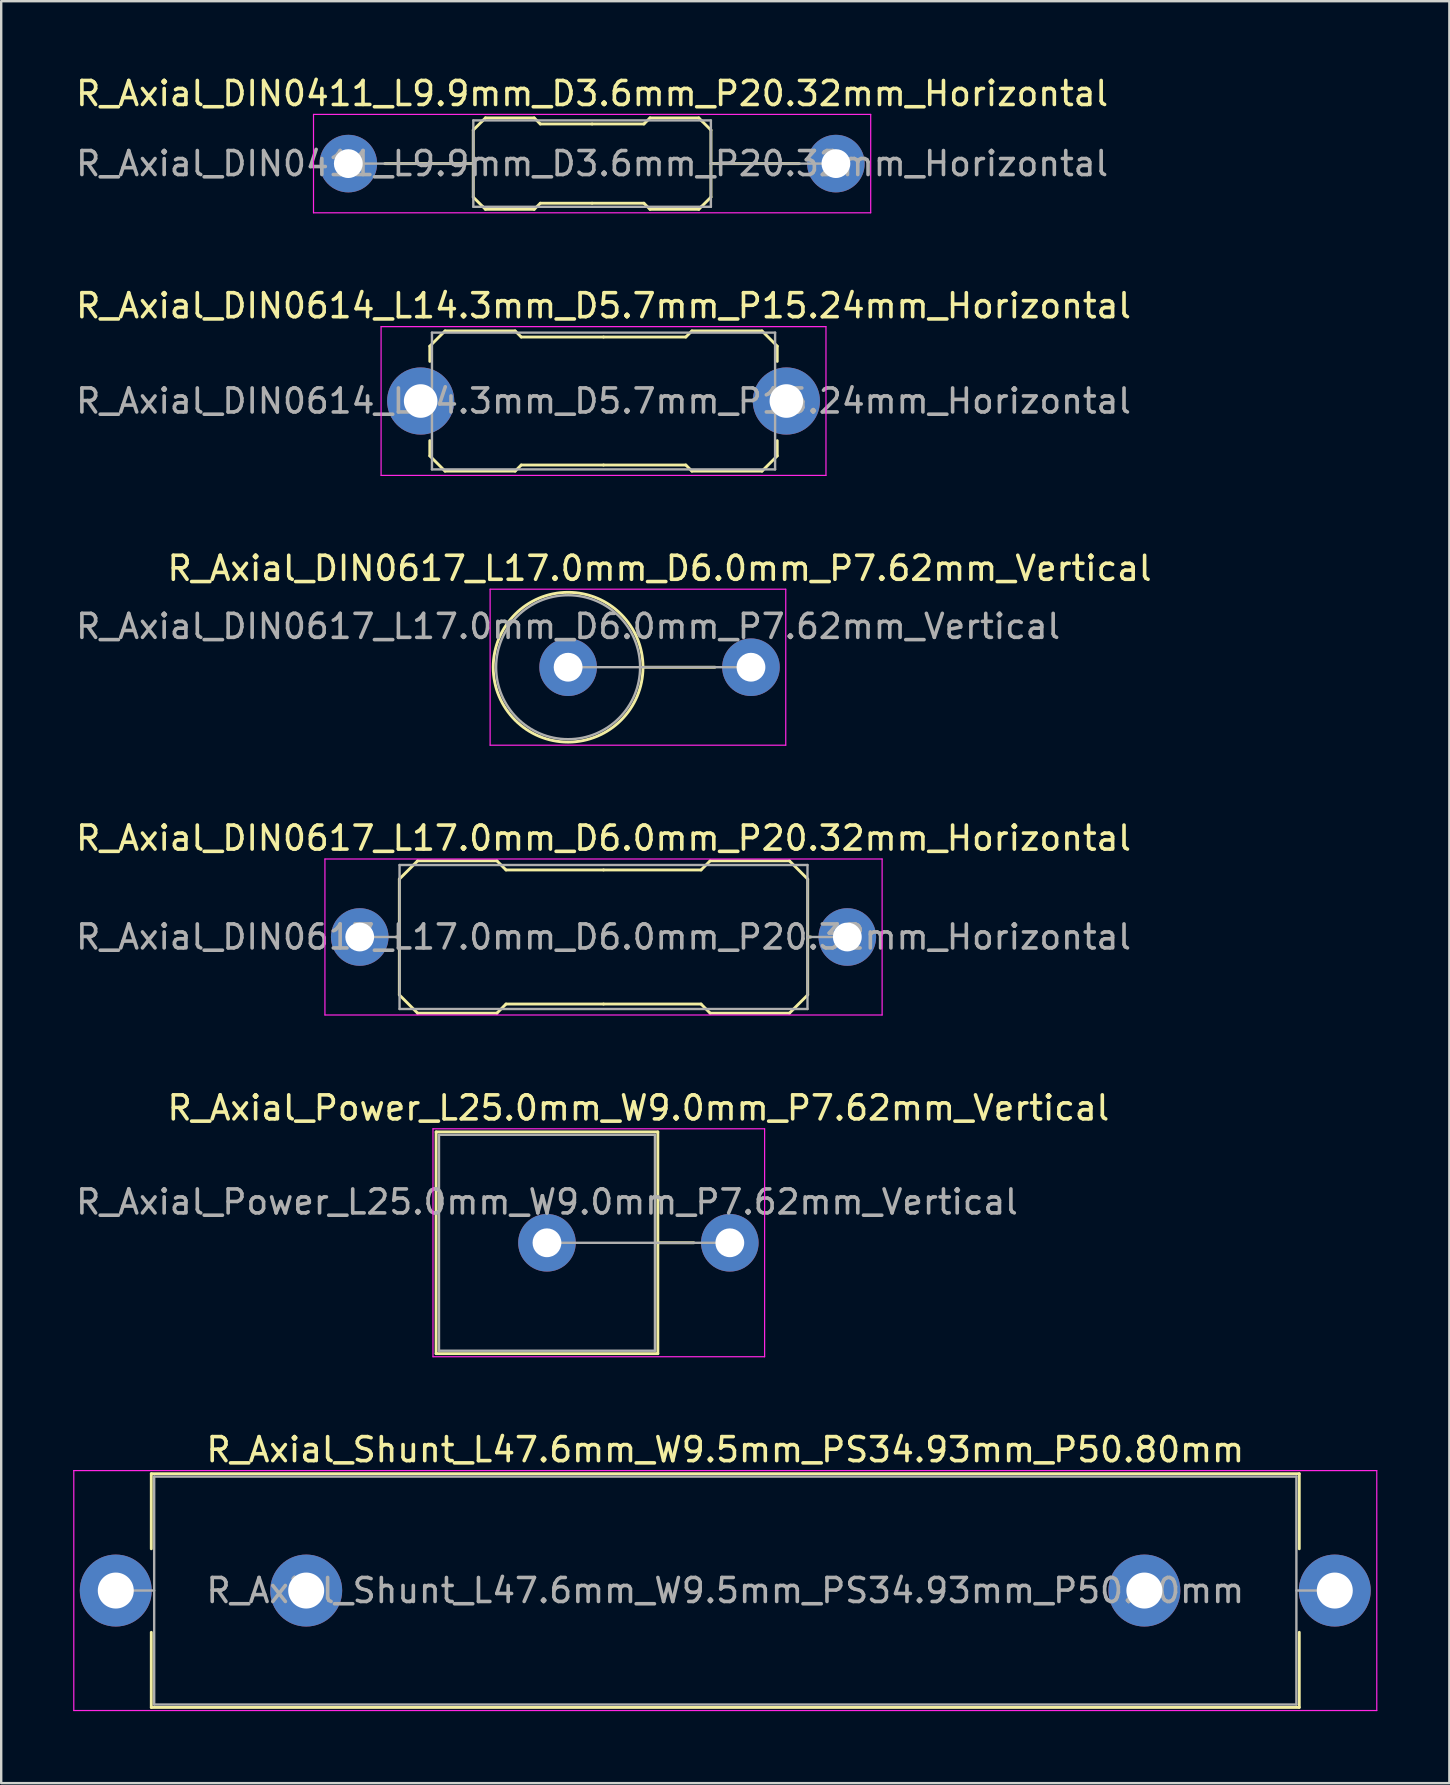
<source format=kicad_pcb>
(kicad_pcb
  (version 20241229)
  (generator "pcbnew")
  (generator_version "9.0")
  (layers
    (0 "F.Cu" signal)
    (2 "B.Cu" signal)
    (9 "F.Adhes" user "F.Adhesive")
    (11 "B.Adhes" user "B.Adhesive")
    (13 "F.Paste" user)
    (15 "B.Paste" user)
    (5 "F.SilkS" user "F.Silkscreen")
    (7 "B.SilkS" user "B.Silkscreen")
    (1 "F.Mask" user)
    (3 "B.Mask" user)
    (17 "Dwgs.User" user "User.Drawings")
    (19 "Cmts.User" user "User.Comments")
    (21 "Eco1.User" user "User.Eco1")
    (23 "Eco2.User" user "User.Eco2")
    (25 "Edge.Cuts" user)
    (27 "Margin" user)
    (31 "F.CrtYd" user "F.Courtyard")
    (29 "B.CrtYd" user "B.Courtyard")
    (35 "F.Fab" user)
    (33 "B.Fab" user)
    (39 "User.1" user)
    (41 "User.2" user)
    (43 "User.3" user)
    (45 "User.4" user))
  (footprint "R_Axial_Shunt_L47.6mm_W9.5mm_PS34.93mm_P50.80mm"
    (layer "F.Cu")
    (at 1.775 63.234)
    (property "Reference" "R_Axial_Shunt_L47.6mm_W9.5mm_PS34.93mm_P50.80mm" (at 25.4 -5.87 0) (layer "F.SilkS") (effects (font (size 1 1) (thickness 0.15))))
    (attr through_hole)
    (fp_line (start 1.48 -4.87) (end 49.32 -4.87) (stroke (width 0.12) (type solid)) (layer "F.SilkS"))
    (fp_line (start 1.48 -1.74) (end 1.48 -4.87) (stroke (width 0.12) (type solid)) (layer "F.SilkS"))
    (fp_line (start 1.48 1.74) (end 1.48 4.87) (stroke (width 0.12) (type solid)) (layer "F.SilkS"))
    (fp_line (start 1.48 4.87) (end 49.32 4.87) (stroke (width 0.12) (type solid)) (layer "F.SilkS"))
    (fp_line (start 49.32 -4.87) (end 49.32 -1.74) (stroke (width 0.12) (type solid)) (layer "F.SilkS"))
    (fp_line (start 49.32 4.87) (end 49.32 1.74) (stroke (width 0.12) (type solid)) (layer "F.SilkS"))
    (fp_line (start -1.75 -5) (end -1.75 5) (stroke (width 0.05) (type solid)) (layer "F.CrtYd"))
    (fp_line (start -1.75 5) (end 52.55 5) (stroke (width 0.05) (type solid)) (layer "F.CrtYd"))
    (fp_line (start 52.55 -5) (end -1.75 -5) (stroke (width 0.05) (type solid)) (layer "F.CrtYd"))
    (fp_line (start 52.55 5) (end 52.55 -5) (stroke (width 0.05) (type solid)) (layer "F.CrtYd"))
    (fp_line (start 0 0) (end 1.6 0) (stroke (width 0.1) (type solid)) (layer "F.Fab"))
    (fp_line (start 1.6 -4.75) (end 1.6 4.75) (stroke (width 0.1) (type solid)) (layer "F.Fab"))
    (fp_line (start 1.6 4.75) (end 49.2 4.75) (stroke (width 0.1) (type solid)) (layer "F.Fab"))
    (fp_line (start 49.2 -4.75) (end 1.6 -4.75) (stroke (width 0.1) (type solid)) (layer "F.Fab"))
    (fp_line (start 49.2 4.75) (end 49.2 -4.75) (stroke (width 0.1) (type solid)) (layer "F.Fab"))
    (fp_line (start 50.8 0) (end 49.2 0) (stroke (width 0.1) (type solid)) (layer "F.Fab"))
    (fp_text user "${REFERENCE}" (at 25.4 0 0) (layer "F.Fab") (effects (font (size 1 1) (thickness 0.15))))
    (pad "1" thru_hole circle (at 0 0) (size 3 3) (drill 1.5) (layers "*.Cu" "*.Mask"))
    (pad "2" thru_hole oval (at 7.935 0) (size 3 3) (drill 1.5) (layers "*.Cu" "*.Mask"))
    (pad "3" thru_hole oval (at 42.865 0) (size 3 3) (drill 1.5) (layers "*.Cu" "*.Mask"))
    (pad "4" thru_hole oval (at 50.8 0) (size 3 3) (drill 1.5) (layers "*.Cu" "*.Mask")))
  (footprint "R_Axial_DIN0617_L17.0mm_D6.0mm_P7.62mm_Vertical"
    (layer "F.Cu")
    (at 20.625 24.755)
    (property "Reference" "R_Axial_DIN0617_L17.0mm_D6.0mm_P7.62mm_Vertical" (at 3.81 -4.12 0) (layer "F.SilkS") (effects (font (size 1 1) (thickness 0.15))))
    (attr through_hole)
    (fp_line (start 3.12 0) (end 6.12 0) (stroke (width 0.12) (type solid)) (layer "F.SilkS"))
    (fp_circle (center 0 0) (end 3.12 0) (stroke (width 0.12) (type solid)) (fill no) (layer "F.SilkS"))
    (fp_line (start -3.25 -3.25) (end -3.25 3.25) (stroke (width 0.05) (type solid)) (layer "F.CrtYd"))
    (fp_line (start -3.25 3.25) (end 9.07 3.25) (stroke (width 0.05) (type solid)) (layer "F.CrtYd"))
    (fp_line (start 9.07 -3.25) (end -3.25 -3.25) (stroke (width 0.05) (type solid)) (layer "F.CrtYd"))
    (fp_line (start 9.07 3.25) (end 9.07 -3.25) (stroke (width 0.05) (type solid)) (layer "F.CrtYd"))
    (fp_line (start 0 0) (end 7.62 0) (stroke (width 0.1) (type solid)) (layer "F.Fab"))
    (fp_circle (center 0 0) (end 3 0) (stroke (width 0.1) (type solid)) (fill no) (layer "F.Fab"))
    (fp_text user "${REFERENCE}" (at 0 -1.7 0) (layer "F.Fab") (effects (font (size 1 1) (thickness 0.15))))
    (pad "1" thru_hole circle (at 0 0) (size 2.4 2.4) (drill 1.2) (layers "*.Cu" "*.Mask"))
    (pad "2" thru_hole oval (at 7.62 0) (size 2.4 2.4) (drill 1.2) (layers "*.Cu" "*.Mask")))
  (footprint "R_Axial_Power_L25.0mm_W9.0mm_P7.62mm_Vertical"
    (layer "F.Cu")
    (at 19.744 48.741)
    (property "Reference" "R_Axial_Power_L25.0mm_W9.0mm_P7.62mm_Vertical" (at 3.81 -5.62 0) (layer "F.SilkS") (effects (font (size 1 1) (thickness 0.15))))
    (attr through_hole)
    (fp_line (start -4.62 -4.62) (end -4.62 4.62) (stroke (width 0.12) (type solid)) (layer "F.SilkS"))
    (fp_line (start -4.62 4.62) (end 4.62 4.62) (stroke (width 0.12) (type solid)) (layer "F.SilkS"))
    (fp_line (start 4.62 -4.62) (end -4.62 -4.62) (stroke (width 0.12) (type solid)) (layer "F.SilkS"))
    (fp_line (start 4.62 0) (end 6.12 0) (stroke (width 0.12) (type solid)) (layer "F.SilkS"))
    (fp_line (start 4.62 4.62) (end 4.62 -4.62) (stroke (width 0.12) (type solid)) (layer "F.SilkS"))
    (fp_line (start -4.75 -4.75) (end -4.75 4.75) (stroke (width 0.05) (type solid)) (layer "F.CrtYd"))
    (fp_line (start -4.75 4.75) (end 9.07 4.75) (stroke (width 0.05) (type solid)) (layer "F.CrtYd"))
    (fp_line (start 9.07 -4.75) (end -4.75 -4.75) (stroke (width 0.05) (type solid)) (layer "F.CrtYd"))
    (fp_line (start 9.07 4.75) (end 9.07 -4.75) (stroke (width 0.05) (type solid)) (layer "F.CrtYd"))
    (fp_line (start -4.5 -4.5) (end -4.5 4.5) (stroke (width 0.1) (type solid)) (layer "F.Fab"))
    (fp_line (start -4.5 4.5) (end 4.5 4.5) (stroke (width 0.1) (type solid)) (layer "F.Fab"))
    (fp_line (start 0 0) (end 7.62 0) (stroke (width 0.1) (type solid)) (layer "F.Fab"))
    (fp_line (start 4.5 -4.5) (end -4.5 -4.5) (stroke (width 0.1) (type solid)) (layer "F.Fab"))
    (fp_line (start 4.5 4.5) (end 4.5 -4.5) (stroke (width 0.1) (type solid)) (layer "F.Fab"))
    (fp_text user "${REFERENCE}" (at 0 -1.7 0) (layer "F.Fab") (effects (font (size 1 1) (thickness 0.15))))
    (pad "1" thru_hole circle (at 0 0) (size 2.4 2.4) (drill 1.2) (layers "*.Cu" "*.Mask"))
    (pad "2" thru_hole oval (at 7.62 0) (size 2.4 2.4) (drill 1.2) (layers "*.Cu" "*.Mask")))
  (footprint "R_Axial_DIN0614_L14.3mm_D5.7mm_P15.24mm_Horizontal"
    (layer "F.Cu")
    (at 14.481 13.662)
    (property "Reference" "R_Axial_DIN0614_L14.3mm_D5.7mm_P15.24mm_Horizontal" (at 7.62 -3.97 0) (layer "F.SilkS") (effects (font (size 1 1) (thickness 0.15))))
    (attr through_hole)
    (fp_line (start 0.381 -2.286) (end 0.381 -1.651) (stroke (width 0.12) (type solid)) (layer "F.SilkS"))
    (fp_line (start 0.381 -2.286) (end 1.016 -2.921) (stroke (width 0.12) (type solid)) (layer "F.SilkS"))
    (fp_line (start 0.381 2.286) (end 0.381 1.651) (stroke (width 0.12) (type solid)) (layer "F.SilkS"))
    (fp_line (start 0.381 2.286) (end 1.016 2.921) (stroke (width 0.12) (type solid)) (layer "F.SilkS"))
    (fp_line (start 1.016 -2.921) (end 3.937 -2.921) (stroke (width 0.12) (type solid)) (layer "F.SilkS"))
    (fp_line (start 1.016 2.921) (end 3.937 2.921) (stroke (width 0.12) (type solid)) (layer "F.SilkS"))
    (fp_line (start 3.937 -2.921) (end 4.191 -2.667) (stroke (width 0.12) (type solid)) (layer "F.SilkS"))
    (fp_line (start 3.937 2.921) (end 4.191 2.667) (stroke (width 0.12) (type solid)) (layer "F.SilkS"))
    (fp_line (start 4.191 -2.667) (end 7.62 -2.667) (stroke (width 0.12) (type solid)) (layer "F.SilkS"))
    (fp_line (start 4.191 2.667) (end 7.62 2.667) (stroke (width 0.12) (type solid)) (layer "F.SilkS"))
    (fp_line (start 11.049 -2.667) (end 7.62 -2.667) (stroke (width 0.12) (type solid)) (layer "F.SilkS"))
    (fp_line (start 11.049 2.667) (end 7.62 2.667) (stroke (width 0.12) (type solid)) (layer "F.SilkS"))
    (fp_line (start 11.303 -2.921) (end 11.049 -2.667) (stroke (width 0.12) (type solid)) (layer "F.SilkS"))
    (fp_line (start 11.303 2.921) (end 11.049 2.667) (stroke (width 0.12) (type solid)) (layer "F.SilkS"))
    (fp_line (start 14.224 -2.921) (end 11.303 -2.921) (stroke (width 0.12) (type solid)) (layer "F.SilkS"))
    (fp_line (start 14.224 2.921) (end 11.303 2.921) (stroke (width 0.12) (type solid)) (layer "F.SilkS"))
    (fp_line (start 14.859 -2.286) (end 14.224 -2.921) (stroke (width 0.12) (type solid)) (layer "F.SilkS"))
    (fp_line (start 14.859 -2.286) (end 14.859 -1.651) (stroke (width 0.12) (type solid)) (layer "F.SilkS"))
    (fp_line (start 14.859 2.286) (end 14.224 2.921) (stroke (width 0.12) (type solid)) (layer "F.SilkS"))
    (fp_line (start 14.859 2.286) (end 14.859 1.651) (stroke (width 0.12) (type solid)) (layer "F.SilkS"))
    (fp_line (start -1.65 -3.1) (end -1.65 3.1) (stroke (width 0.05) (type solid)) (layer "F.CrtYd"))
    (fp_line (start -1.65 3.1) (end 16.89 3.1) (stroke (width 0.05) (type solid)) (layer "F.CrtYd"))
    (fp_line (start 16.89 -3.1) (end -1.65 -3.1) (stroke (width 0.05) (type solid)) (layer "F.CrtYd"))
    (fp_line (start 16.89 3.1) (end 16.89 -3.1) (stroke (width 0.05) (type solid)) (layer "F.CrtYd"))
    (fp_line (start 0 0) (end 0.47 0) (stroke (width 0.1) (type solid)) (layer "F.Fab"))
    (fp_line (start 0.47 -2.85) (end 0.47 2.85) (stroke (width 0.1) (type solid)) (layer "F.Fab"))
    (fp_line (start 0.47 2.85) (end 14.77 2.85) (stroke (width 0.1) (type solid)) (layer "F.Fab"))
    (fp_line (start 14.77 -2.85) (end 0.47 -2.85) (stroke (width 0.1) (type solid)) (layer "F.Fab"))
    (fp_line (start 14.77 2.85) (end 14.77 -2.85) (stroke (width 0.1) (type solid)) (layer "F.Fab"))
    (fp_line (start 15.24 0) (end 14.77 0) (stroke (width 0.1) (type solid)) (layer "F.Fab"))
    (fp_text user "${REFERENCE}" (at 7.62 0 0) (layer "F.Fab") (effects (font (size 1 1) (thickness 0.15))))
    (pad "1" thru_hole circle (at 0 0) (size 2.8 2.8) (drill 1.4) (layers "*.Cu" "*.Mask"))
    (pad "2" thru_hole oval (at 15.24 0) (size 2.8 2.8) (drill 1.4) (layers "*.Cu" "*.Mask")))
  (footprint "R_Axial_DIN0411_L9.9mm_D3.6mm_P20.32mm_Horizontal"
    (layer "F.Cu")
    (at 11.465 3.768)
    (property "Reference" "R_Axial_DIN0411_L9.9mm_D3.6mm_P20.32mm_Horizontal" (at 10.16 -2.92 0) (layer "F.SilkS") (effects (font (size 1 1) (thickness 0.15))))
    (attr through_hole)
    (fp_line (start 5.207 -1.397) (end 5.588 -1.778) (stroke (width 0.12) (type solid)) (layer "F.SilkS"))
    (fp_line (start 5.207 0) (end 1.524 0) (stroke (width 0.12) (type solid)) (layer "F.SilkS"))
    (fp_line (start 5.207 1.397) (end 5.207 -1.397) (stroke (width 0.12) (type solid)) (layer "F.SilkS"))
    (fp_line (start 5.207 1.397) (end 5.588 1.778) (stroke (width 0.12) (type solid)) (layer "F.SilkS"))
    (fp_line (start 5.588 -1.778) (end 5.715 -1.905) (stroke (width 0.12) (type solid)) (layer "F.SilkS"))
    (fp_line (start 5.588 1.778) (end 5.715 1.905) (stroke (width 0.12) (type solid)) (layer "F.SilkS"))
    (fp_line (start 5.715 -1.905) (end 7.747 -1.905) (stroke (width 0.12) (type solid)) (layer "F.SilkS"))
    (fp_line (start 5.715 1.905) (end 7.747 1.905) (stroke (width 0.12) (type solid)) (layer "F.SilkS"))
    (fp_line (start 7.747 -1.905) (end 8.001 -1.651) (stroke (width 0.12) (type solid)) (layer "F.SilkS"))
    (fp_line (start 7.747 1.905) (end 8.001 1.651) (stroke (width 0.12) (type solid)) (layer "F.SilkS"))
    (fp_line (start 8.001 -1.651) (end 10.16 -1.651) (stroke (width 0.12) (type solid)) (layer "F.SilkS"))
    (fp_line (start 8.001 1.651) (end 10.16 1.651) (stroke (width 0.12) (type solid)) (layer "F.SilkS"))
    (fp_line (start 12.319 -1.651) (end 10.16 -1.651) (stroke (width 0.12) (type solid)) (layer "F.SilkS"))
    (fp_line (start 12.319 1.651) (end 10.16 1.651) (stroke (width 0.12) (type solid)) (layer "F.SilkS"))
    (fp_line (start 12.573 -1.905) (end 12.319 -1.651) (stroke (width 0.12) (type solid)) (layer "F.SilkS"))
    (fp_line (start 12.573 1.905) (end 12.319 1.651) (stroke (width 0.12) (type solid)) (layer "F.SilkS"))
    (fp_line (start 14.605 -1.905) (end 12.573 -1.905) (stroke (width 0.12) (type solid)) (layer "F.SilkS"))
    (fp_line (start 14.605 1.905) (end 12.573 1.905) (stroke (width 0.12) (type solid)) (layer "F.SilkS"))
    (fp_line (start 14.732 -1.778) (end 14.605 -1.905) (stroke (width 0.12) (type solid)) (layer "F.SilkS"))
    (fp_line (start 14.732 1.778) (end 14.605 1.905) (stroke (width 0.12) (type solid)) (layer "F.SilkS"))
    (fp_line (start 15.113 -1.397) (end 14.732 -1.778) (stroke (width 0.12) (type solid)) (layer "F.SilkS"))
    (fp_line (start 15.113 0) (end 18.796 0) (stroke (width 0.12) (type solid)) (layer "F.SilkS"))
    (fp_line (start 15.113 1.397) (end 14.732 1.778) (stroke (width 0.12) (type solid)) (layer "F.SilkS"))
    (fp_line (start 15.113 1.397) (end 15.113 -1.397) (stroke (width 0.12) (type solid)) (layer "F.SilkS"))
    (fp_line (start -1.45 -2.05) (end -1.45 2.05) (stroke (width 0.05) (type solid)) (layer "F.CrtYd"))
    (fp_line (start -1.45 2.05) (end 21.77 2.05) (stroke (width 0.05) (type solid)) (layer "F.CrtYd"))
    (fp_line (start 21.77 -2.05) (end -1.45 -2.05) (stroke (width 0.05) (type solid)) (layer "F.CrtYd"))
    (fp_line (start 21.77 2.05) (end 21.77 -2.05) (stroke (width 0.05) (type solid)) (layer "F.CrtYd"))
    (fp_line (start 0 0) (end 5.21 0) (stroke (width 0.1) (type solid)) (layer "F.Fab"))
    (fp_line (start 5.21 -1.8) (end 5.21 1.8) (stroke (width 0.1) (type solid)) (layer "F.Fab"))
    (fp_line (start 5.21 1.8) (end 15.11 1.8) (stroke (width 0.1) (type solid)) (layer "F.Fab"))
    (fp_line (start 15.11 -1.8) (end 5.21 -1.8) (stroke (width 0.1) (type solid)) (layer "F.Fab"))
    (fp_line (start 15.11 1.8) (end 15.11 -1.8) (stroke (width 0.1) (type solid)) (layer "F.Fab"))
    (fp_line (start 20.32 0) (end 15.11 0) (stroke (width 0.1) (type solid)) (layer "F.Fab"))
    (fp_text user "${REFERENCE}" (at 10.16 0 0) (layer "F.Fab") (effects (font (size 1 1) (thickness 0.15))))
    (pad "1" thru_hole circle (at 0 0) (size 2.4 2.4) (drill 1.2) (layers "*.Cu" "*.Mask"))
    (pad "2" thru_hole oval (at 20.32 0) (size 2.4 2.4) (drill 1.2) (layers "*.Cu" "*.Mask")))
  (footprint "R_Axial_DIN0617_L17.0mm_D6.0mm_P20.32mm_Horizontal"
    (layer "F.Cu")
    (at 11.941 35.998)
    (property "Reference" "R_Axial_DIN0617_L17.0mm_D6.0mm_P20.32mm_Horizontal" (at 10.16 -4.12 0) (layer "F.SilkS") (effects (font (size 1 1) (thickness 0.15))))
    (attr through_hole)
    (fp_line (start 1.651 -2.413) (end 1.651 2.413) (stroke (width 0.12) (type solid)) (layer "F.SilkS"))
    (fp_line (start 1.651 -2.413) (end 2.413 -3.175) (stroke (width 0.12) (type solid)) (layer "F.SilkS"))
    (fp_line (start 1.651 0) (end 1.524 0) (stroke (width 0.12) (type solid)) (layer "F.SilkS"))
    (fp_line (start 1.651 2.413) (end 2.413 3.175) (stroke (width 0.12) (type solid)) (layer "F.SilkS"))
    (fp_line (start 2.413 -3.175) (end 5.715 -3.175) (stroke (width 0.12) (type solid)) (layer "F.SilkS"))
    (fp_line (start 2.413 3.175) (end 5.715 3.175) (stroke (width 0.12) (type solid)) (layer "F.SilkS"))
    (fp_line (start 5.715 -3.175) (end 6.096 -2.794) (stroke (width 0.12) (type solid)) (layer "F.SilkS"))
    (fp_line (start 5.715 3.175) (end 6.096 2.794) (stroke (width 0.12) (type solid)) (layer "F.SilkS"))
    (fp_line (start 6.096 -2.794) (end 10.16 -2.794) (stroke (width 0.12) (type solid)) (layer "F.SilkS"))
    (fp_line (start 6.096 2.794) (end 10.16 2.794) (stroke (width 0.12) (type solid)) (layer "F.SilkS"))
    (fp_line (start 14.224 -2.794) (end 10.16 -2.794) (stroke (width 0.12) (type solid)) (layer "F.SilkS"))
    (fp_line (start 14.224 2.794) (end 10.16 2.794) (stroke (width 0.12) (type solid)) (layer "F.SilkS"))
    (fp_line (start 14.605 -3.175) (end 14.224 -2.794) (stroke (width 0.12) (type solid)) (layer "F.SilkS"))
    (fp_line (start 14.605 3.175) (end 14.224 2.794) (stroke (width 0.12) (type solid)) (layer "F.SilkS"))
    (fp_line (start 17.907 -3.175) (end 14.605 -3.175) (stroke (width 0.12) (type solid)) (layer "F.SilkS"))
    (fp_line (start 17.907 3.175) (end 14.605 3.175) (stroke (width 0.12) (type solid)) (layer "F.SilkS"))
    (fp_line (start 18.669 -2.413) (end 17.907 -3.175) (stroke (width 0.12) (type solid)) (layer "F.SilkS"))
    (fp_line (start 18.669 0) (end 18.796 0) (stroke (width 0.12) (type solid)) (layer "F.SilkS"))
    (fp_line (start 18.669 2.413) (end 17.907 3.175) (stroke (width 0.12) (type solid)) (layer "F.SilkS"))
    (fp_line (start 18.669 2.413) (end 18.669 -2.413) (stroke (width 0.12) (type solid)) (layer "F.SilkS"))
    (fp_line (start -1.45 -3.25) (end -1.45 3.25) (stroke (width 0.05) (type solid)) (layer "F.CrtYd"))
    (fp_line (start -1.45 3.25) (end 21.77 3.25) (stroke (width 0.05) (type solid)) (layer "F.CrtYd"))
    (fp_line (start 21.77 -3.25) (end -1.45 -3.25) (stroke (width 0.05) (type solid)) (layer "F.CrtYd"))
    (fp_line (start 21.77 3.25) (end 21.77 -3.25) (stroke (width 0.05) (type solid)) (layer "F.CrtYd"))
    (fp_line (start 0 0) (end 1.66 0) (stroke (width 0.1) (type solid)) (layer "F.Fab"))
    (fp_line (start 1.66 -3) (end 1.66 3) (stroke (width 0.1) (type solid)) (layer "F.Fab"))
    (fp_line (start 1.66 3) (end 18.66 3) (stroke (width 0.1) (type solid)) (layer "F.Fab"))
    (fp_line (start 18.66 -3) (end 1.66 -3) (stroke (width 0.1) (type solid)) (layer "F.Fab"))
    (fp_line (start 18.66 3) (end 18.66 -3) (stroke (width 0.1) (type solid)) (layer "F.Fab"))
    (fp_line (start 20.32 0) (end 18.66 0) (stroke (width 0.1) (type solid)) (layer "F.Fab"))
    (fp_text user "${REFERENCE}" (at 10.16 0 0) (layer "F.Fab") (effects (font (size 1 1) (thickness 0.15))))
    (pad "1" thru_hole circle (at 0 0) (size 2.4 2.4) (drill 1.2) (layers "*.Cu" "*.Mask"))
    (pad "2" thru_hole oval (at 20.32 0) (size 2.4 2.4) (drill 1.2) (layers "*.Cu" "*.Mask")))
  (gr_rect
    (start -3 -3)
    (end 57.35 71.26)
    (stroke (width 0.1) (type default))
    (fill no)
    (layer "Edge.Cuts")))
</source>
